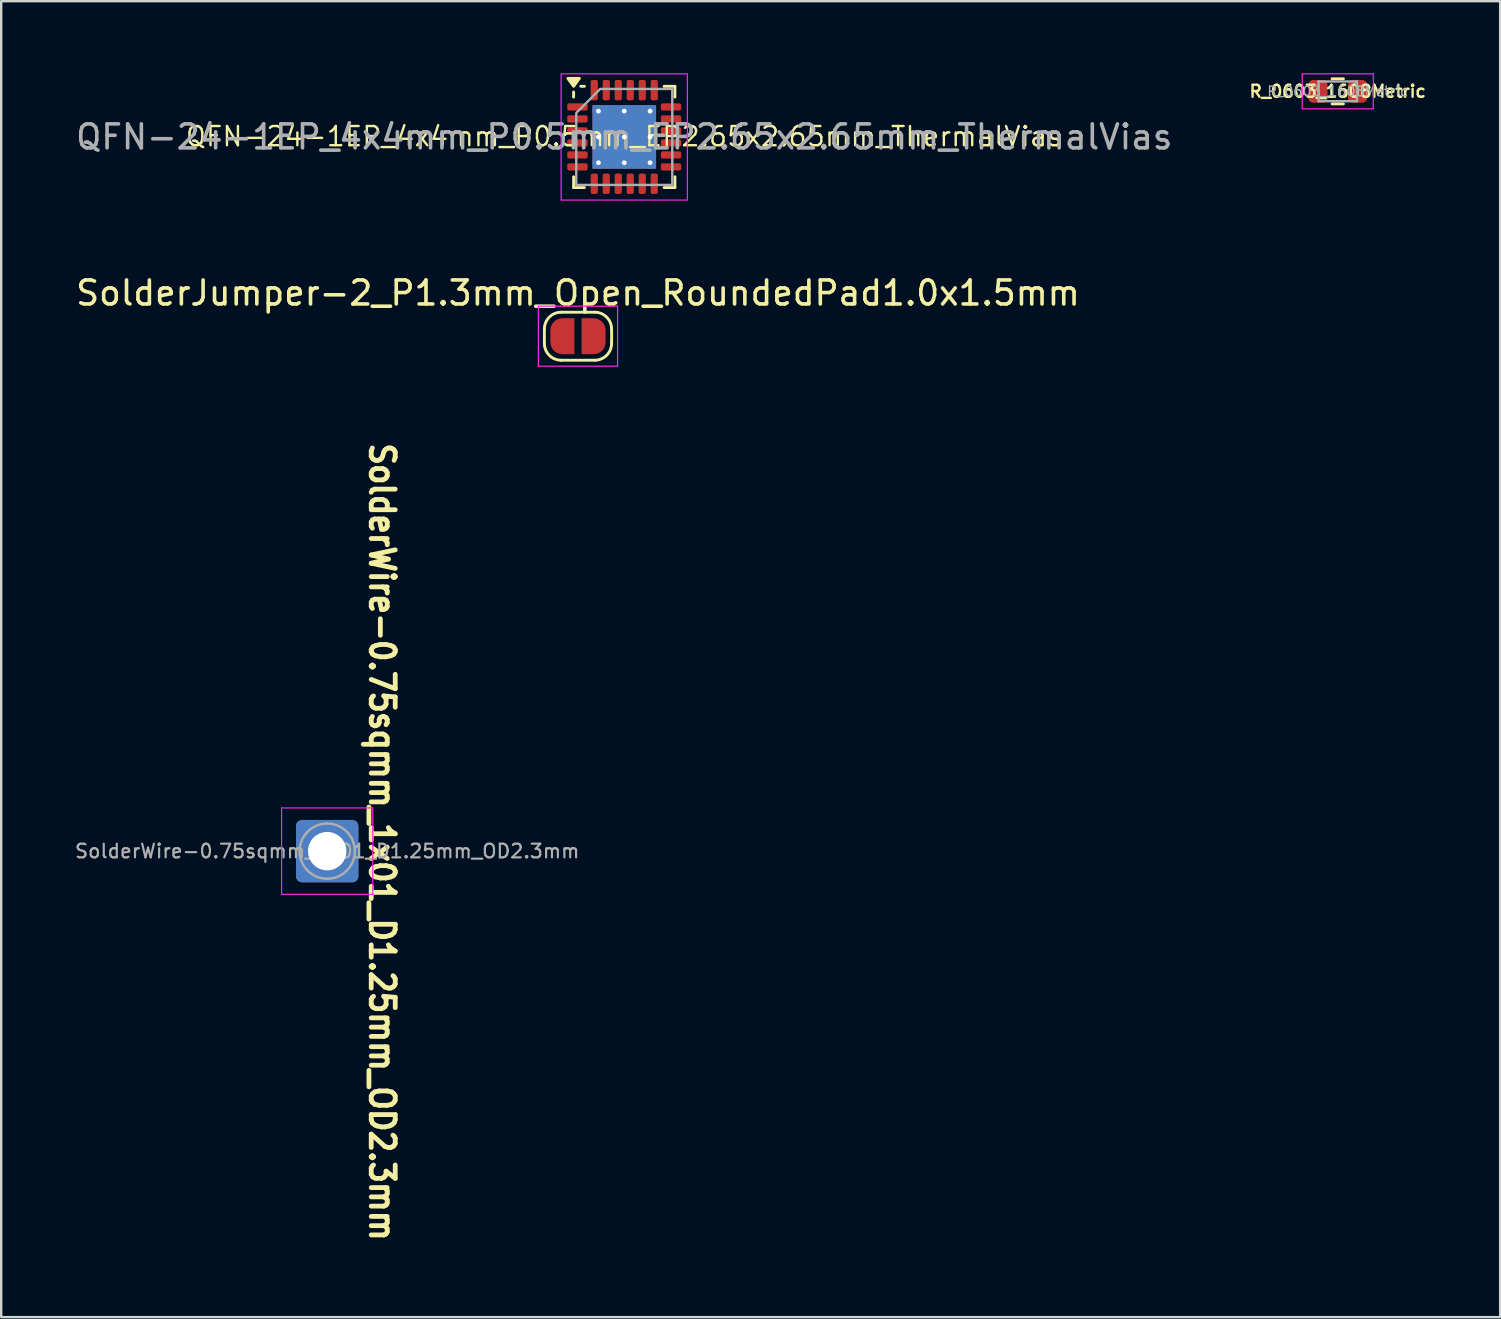
<source format=kicad_pcb>
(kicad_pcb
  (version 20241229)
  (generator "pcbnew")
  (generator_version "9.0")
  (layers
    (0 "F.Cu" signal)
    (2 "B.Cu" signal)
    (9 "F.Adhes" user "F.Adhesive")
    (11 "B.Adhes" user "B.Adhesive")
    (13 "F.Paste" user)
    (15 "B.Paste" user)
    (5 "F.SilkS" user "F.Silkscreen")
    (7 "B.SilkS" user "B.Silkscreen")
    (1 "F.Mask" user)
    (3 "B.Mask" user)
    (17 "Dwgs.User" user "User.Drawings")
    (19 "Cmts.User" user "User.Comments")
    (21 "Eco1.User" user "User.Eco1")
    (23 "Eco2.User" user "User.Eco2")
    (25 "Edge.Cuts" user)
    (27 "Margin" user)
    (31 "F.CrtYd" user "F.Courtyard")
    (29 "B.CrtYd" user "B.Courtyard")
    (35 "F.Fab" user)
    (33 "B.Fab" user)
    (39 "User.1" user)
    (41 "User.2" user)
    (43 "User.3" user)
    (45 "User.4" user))
  (footprint "SolderJumper-2_P1.3mm_Open_RoundedPad1.0x1.5mm"
    (layer "F.Cu")
    (at 21.03 10.958)
    (property "Reference" "SolderJumper-2_P1.3mm_Open_RoundedPad1.0x1.5mm" (at 0 -1.8 0) (layer "F.SilkS") (effects (font (size 1 1) (thickness 0.15))))
    (attr exclude_from_pos_files allow_soldermask_bridges)
    (fp_rect (start -0.15 -0.75) (end 0.15 0.75) (stroke (width 0) (type default)) (fill yes) (layer "F.Mask"))
    (fp_line (start -1.4 0.3) (end -1.4 -0.3) (stroke (width 0.12) (type solid)) (layer "F.SilkS"))
    (fp_line (start -0.7 -1) (end 0.7 -1) (stroke (width 0.12) (type solid)) (layer "F.SilkS"))
    (fp_line (start 0.7 1) (end -0.7 1) (stroke (width 0.12) (type solid)) (layer "F.SilkS"))
    (fp_line (start 1.4 -0.3) (end 1.4 0.3) (stroke (width 0.12) (type solid)) (layer "F.SilkS"))
    (fp_arc (start -1.4 -0.3) (mid -1.194975 -0.794975) (end -0.7 -1) (stroke (width 0.12) (type solid)) (layer "F.SilkS"))
    (fp_arc (start -0.7 1) (mid -1.194975 0.794975) (end -1.4 0.3) (stroke (width 0.12) (type solid)) (layer "F.SilkS"))
    (fp_arc (start 0.7 -1) (mid 1.194975 -0.794975) (end 1.4 -0.3) (stroke (width 0.12) (type solid)) (layer "F.SilkS"))
    (fp_arc (start 1.4 0.3) (mid 1.194975 0.794975) (end 0.7 1) (stroke (width 0.12) (type solid)) (layer "F.SilkS"))
    (fp_line (start -1.65 -1.25) (end -1.65 1.25) (stroke (width 0.05) (type solid)) (layer "F.CrtYd"))
    (fp_line (start -1.65 -1.25) (end 1.65 -1.25) (stroke (width 0.05) (type solid)) (layer "F.CrtYd"))
    (fp_line (start 1.65 1.25) (end -1.65 1.25) (stroke (width 0.05) (type solid)) (layer "F.CrtYd"))
    (fp_line (start 1.65 1.25) (end 1.65 -1.25) (stroke (width 0.05) (type solid)) (layer "F.CrtYd"))
    (pad "1" smd custom (at -0.65 0) (size 1 0.5) (layers "F.Cu" "F.Mask") (options (anchor rect)) (primitives (gr_circle (center 0 0.25) (end 0.5 0.25) (width 0) (fill yes)) (gr_circle (center 0 -0.25) (end 0.5 -0.25) (width 0) (fill yes)) (gr_poly (pts (xy 0.5 0.75) (xy 0 0.75) (xy 0 -0.75) (xy 0.5 -0.75)) (width 0) (fill yes))))
    (pad "2" smd custom (at 0.65 0) (size 1 0.5) (layers "F.Cu" "F.Mask") (options (anchor rect)) (primitives (gr_circle (center 0 0.25) (end 0.5 0.25) (width 0) (fill yes)) (gr_circle (center 0 -0.25) (end 0.5 -0.25) (width 0) (fill yes)) (gr_poly (pts (xy 0 0.75) (xy -0.5 0.75) (xy -0.5 -0.75) (xy 0 -0.75)) (width 0) (fill yes)))))
  (footprint "R_0603_1608Metric"
    (layer "F.Cu")
    (at 52.683 0.755)
    (property "Reference" "R_0603_1608Metric" (at 0 0 180) (layer "F.SilkS") (effects (font (size 0.5 0.5) (thickness 0.1) (bold yes))))
    (attr smd)
    (fp_line (start -0.237 -0.522) (end 0.237 -0.522) (stroke (width 0.12) (type solid)) (layer "F.SilkS"))
    (fp_line (start -0.237 0.522) (end 0.237 0.522) (stroke (width 0.12) (type solid)) (layer "F.SilkS"))
    (fp_line (start -1.48 -0.73) (end 1.48 -0.73) (stroke (width 0.05) (type solid)) (layer "F.CrtYd"))
    (fp_line (start -1.48 0.73) (end -1.48 -0.73) (stroke (width 0.05) (type solid)) (layer "F.CrtYd"))
    (fp_line (start 1.48 -0.73) (end 1.48 0.73) (stroke (width 0.05) (type solid)) (layer "F.CrtYd"))
    (fp_line (start 1.48 0.73) (end -1.48 0.73) (stroke (width 0.05) (type solid)) (layer "F.CrtYd"))
    (fp_line (start -0.8 -0.412) (end 0.8 -0.412) (stroke (width 0.1) (type solid)) (layer "F.Fab"))
    (fp_line (start -0.8 0.412) (end -0.8 -0.412) (stroke (width 0.1) (type solid)) (layer "F.Fab"))
    (fp_line (start 0.8 -0.412) (end 0.8 0.412) (stroke (width 0.1) (type solid)) (layer "F.Fab"))
    (fp_line (start 0.8 0.412) (end -0.8 0.412) (stroke (width 0.1) (type solid)) (layer "F.Fab"))
    (fp_text user "${REFERENCE}" (at 0 0 180) (layer "F.Fab") (effects (font (size 0.4 0.4) (thickness 0.06))))
    (pad "1" smd roundrect (at -0.825 0) (size 0.8 0.95) (layers "F.Cu" "F.Mask" "F.Paste") (roundrect_rratio 0.25))
    (pad "2" smd roundrect (at 0.825 0) (size 0.8 0.95) (layers "F.Cu" "F.Mask" "F.Paste") (roundrect_rratio 0.25)))
  (footprint "QFN-24-1EP_4x4mm_P0.5mm_EP2.65x2.65mm_ThermalVias"
    (layer "F.Cu")
    (at 22.958 2.655)
    (property "Reference" "QFN-24-1EP_4x4mm_P0.5mm_EP2.65x2.65mm_ThermalVias" (at 0 -0.02 0) (layer "F.SilkS") (effects (font (size 0.8 0.8) (thickness 0.1))))
    (attr smd)
    (fp_line (start -2.11 -1.66) (end -2.11 -1.87) (stroke (width 0.12) (type solid)) (layer "F.SilkS"))
    (fp_line (start -2.11 2.11) (end -2.11 1.66) (stroke (width 0.12) (type solid)) (layer "F.SilkS"))
    (fp_line (start -1.66 -2.11) (end -1.81 -2.11) (stroke (width 0.12) (type solid)) (layer "F.SilkS"))
    (fp_line (start -1.66 2.11) (end -2.11 2.11) (stroke (width 0.12) (type solid)) (layer "F.SilkS"))
    (fp_line (start 1.66 -2.11) (end 2.11 -2.11) (stroke (width 0.12) (type solid)) (layer "F.SilkS"))
    (fp_line (start 1.66 2.11) (end 2.11 2.11) (stroke (width 0.12) (type solid)) (layer "F.SilkS"))
    (fp_line (start 2.11 -2.11) (end 2.11 -1.66) (stroke (width 0.12) (type solid)) (layer "F.SilkS"))
    (fp_line (start 2.11 2.11) (end 2.11 1.66) (stroke (width 0.12) (type solid)) (layer "F.SilkS"))
    (fp_poly (pts (xy -2.11 -2.11) (xy -2.35 -2.44) (xy -1.87 -2.44)) (stroke (width 0.12) (type solid)) (fill yes) (layer "F.SilkS"))
    (fp_rect (start -2.63 -2.63) (end 2.63 2.63) (stroke (width 0.05) (type solid)) (fill no) (layer "F.CrtYd"))
    (fp_poly (pts (xy -2 -1) (xy -2 2) (xy 2 2) (xy 2 -2) (xy -1 -2)) (stroke (width 0.1) (type solid)) (fill no) (layer "F.Fab"))
    (fp_text user "${REFERENCE}" (at 0 0 0) (layer "F.Fab") (effects (font (size 1 1) (thickness 0.15))))
    (pad "" smd roundrect (at -0.66 -0.66) (size 1.15 1.15) (layers "F.Paste") (roundrect_rratio 0.217))
    (pad "" smd roundrect (at -0.66 0.66) (size 1.15 1.15) (layers "F.Paste") (roundrect_rratio 0.217))
    (pad "" smd roundrect (at 0.66 -0.66) (size 1.15 1.15) (layers "F.Paste") (roundrect_rratio 0.217))
    (pad "" smd roundrect (at 0.66 0.66) (size 1.15 1.15) (layers "F.Paste") (roundrect_rratio 0.217))
    (pad "1" smd roundrect (at -1.95 -1.25) (size 0.85 0.3) (layers "F.Cu" "F.Mask" "F.Paste") (roundrect_rratio 0.25))
    (pad "2" smd roundrect (at -1.95 -0.75) (size 0.85 0.3) (layers "F.Cu" "F.Mask" "F.Paste") (roundrect_rratio 0.25))
    (pad "3" smd roundrect (at -1.95 -0.25) (size 0.85 0.3) (layers "F.Cu" "F.Mask" "F.Paste") (roundrect_rratio 0.25))
    (pad "4" smd roundrect (at -1.95 0.25) (size 0.85 0.3) (layers "F.Cu" "F.Mask" "F.Paste") (roundrect_rratio 0.25))
    (pad "5" smd roundrect (at -1.95 0.75) (size 0.85 0.3) (layers "F.Cu" "F.Mask" "F.Paste") (roundrect_rratio 0.25))
    (pad "6" smd roundrect (at -1.95 1.25) (size 0.85 0.3) (layers "F.Cu" "F.Mask" "F.Paste") (roundrect_rratio 0.25))
    (pad "7" smd roundrect (at -1.25 1.95) (size 0.3 0.85) (layers "F.Cu" "F.Mask" "F.Paste") (roundrect_rratio 0.25))
    (pad "8" smd roundrect (at -0.75 1.95) (size 0.3 0.85) (layers "F.Cu" "F.Mask" "F.Paste") (roundrect_rratio 0.25))
    (pad "9" smd roundrect (at -0.25 1.95) (size 0.3 0.85) (layers "F.Cu" "F.Mask" "F.Paste") (roundrect_rratio 0.25))
    (pad "10" smd roundrect (at 0.25 1.95) (size 0.3 0.85) (layers "F.Cu" "F.Mask" "F.Paste") (roundrect_rratio 0.25))
    (pad "11" smd roundrect (at 0.75 1.95) (size 0.3 0.85) (layers "F.Cu" "F.Mask" "F.Paste") (roundrect_rratio 0.25))
    (pad "12" smd roundrect (at 1.25 1.95) (size 0.3 0.85) (layers "F.Cu" "F.Mask" "F.Paste") (roundrect_rratio 0.25))
    (pad "13" smd roundrect (at 1.95 1.25) (size 0.85 0.3) (layers "F.Cu" "F.Mask" "F.Paste") (roundrect_rratio 0.25))
    (pad "14" smd roundrect (at 1.95 0.75) (size 0.85 0.3) (layers "F.Cu" "F.Mask" "F.Paste") (roundrect_rratio 0.25))
    (pad "15" smd roundrect (at 1.95 0.25) (size 0.85 0.3) (layers "F.Cu" "F.Mask" "F.Paste") (roundrect_rratio 0.25))
    (pad "16" smd roundrect (at 1.95 -0.25) (size 0.85 0.3) (layers "F.Cu" "F.Mask" "F.Paste") (roundrect_rratio 0.25))
    (pad "17" smd roundrect (at 1.95 -0.75) (size 0.85 0.3) (layers "F.Cu" "F.Mask" "F.Paste") (roundrect_rratio 0.25))
    (pad "18" smd roundrect (at 1.95 -1.25) (size 0.85 0.3) (layers "F.Cu" "F.Mask" "F.Paste") (roundrect_rratio 0.25))
    (pad "19" smd roundrect (at 1.25 -1.95) (size 0.3 0.85) (layers "F.Cu" "F.Mask" "F.Paste") (roundrect_rratio 0.25))
    (pad "20" smd roundrect (at 0.75 -1.95) (size 0.3 0.85) (layers "F.Cu" "F.Mask" "F.Paste") (roundrect_rratio 0.25))
    (pad "21" smd roundrect (at 0.25 -1.95) (size 0.3 0.85) (layers "F.Cu" "F.Mask" "F.Paste") (roundrect_rratio 0.25))
    (pad "22" smd roundrect (at -0.25 -1.95) (size 0.3 0.85) (layers "F.Cu" "F.Mask" "F.Paste") (roundrect_rratio 0.25))
    (pad "23" smd roundrect (at -0.75 -1.95) (size 0.3 0.85) (layers "F.Cu" "F.Mask" "F.Paste") (roundrect_rratio 0.25))
    (pad "24" smd roundrect (at -1.25 -1.95) (size 0.3 0.85) (layers "F.Cu" "F.Mask" "F.Paste") (roundrect_rratio 0.25))
    (pad "25" thru_hole circle (at -1.075 -1.075) (size 0.5 0.5) (drill 0.2) (property pad_prop_heatsink) (layers "*.Cu"))
    (pad "25" thru_hole circle (at -1.075 0) (size 0.5 0.5) (drill 0.2) (property pad_prop_heatsink) (layers "*.Cu"))
    (pad "25" thru_hole circle (at -1.075 1.075) (size 0.5 0.5) (drill 0.2) (property pad_prop_heatsink) (layers "*.Cu"))
    (pad "25" thru_hole circle (at 0 -1.075) (size 0.5 0.5) (drill 0.2) (property pad_prop_heatsink) (layers "*.Cu"))
    (pad "25" thru_hole circle (at 0 0) (size 0.5 0.5) (drill 0.2) (property pad_prop_heatsink) (layers "*.Cu"))
    (pad "25" smd rect (at 0 0) (size 2.65 2.65) (property pad_prop_heatsink) (layers "F.Cu" "F.Mask"))
    (pad "25" smd rect (at 0 0) (size 2.65 2.65) (property pad_prop_heatsink) (layers "B.Cu"))
    (pad "25" thru_hole circle (at 0 1.075) (size 0.5 0.5) (drill 0.2) (property pad_prop_heatsink) (layers "*.Cu"))
    (pad "25" thru_hole circle (at 1.075 -1.075) (size 0.5 0.5) (drill 0.2) (property pad_prop_heatsink) (layers "*.Cu"))
    (pad "25" thru_hole circle (at 1.075 0) (size 0.5 0.5) (drill 0.2) (property pad_prop_heatsink) (layers "*.Cu"))
    (pad "25" thru_hole circle (at 1.075 1.075) (size 0.5 0.5) (drill 0.2) (property pad_prop_heatsink) (layers "*.Cu")))
  (footprint "SolderWire-0.75sqmm_1x01_D1.25mm_OD2.3mm"
    (layer "F.Cu")
    (at 10.582 32.41)
    (property "Reference" "SolderWire-0.75sqmm_1x01_D1.25mm_OD2.3mm" (at 2.286 -0.381 270) (unlocked yes) (layer "F.SilkS") (effects (font (size 1 0.9) (thickness 0.2) (bold yes))))
    (attr exclude_from_pos_files)
    (fp_line (start -1.9 -1.8) (end -1.9 1.8) (stroke (width 0.05) (type solid)) (layer "F.CrtYd"))
    (fp_line (start -1.9 1.8) (end 1.9 1.8) (stroke (width 0.05) (type solid)) (layer "F.CrtYd"))
    (fp_line (start 1.9 -1.8) (end -1.9 -1.8) (stroke (width 0.05) (type solid)) (layer "F.CrtYd"))
    (fp_line (start 1.9 1.8) (end 1.9 -1.8) (stroke (width 0.05) (type solid)) (layer "F.CrtYd"))
    (fp_circle (center 0 0) (end 1.15 0) (stroke (width 0.1) (type solid)) (fill no) (layer "F.Fab"))
    (fp_text user "${REFERENCE}" (at 0 0 0) (layer "F.Fab") (effects (font (size 0.57 0.57) (thickness 0.09))))
    (pad "1" thru_hole roundrect (at 0 0) (size 2.6 2.6) (drill 1.6) (layers "*.Cu" "*.Mask") (roundrect_rratio 0.096)))
  (gr_rect
    (start -3 -3)
    (end 59.45 51.825)
    (stroke (width 0.1) (type default))
    (fill no)
    (layer "Edge.Cuts")))
</source>
